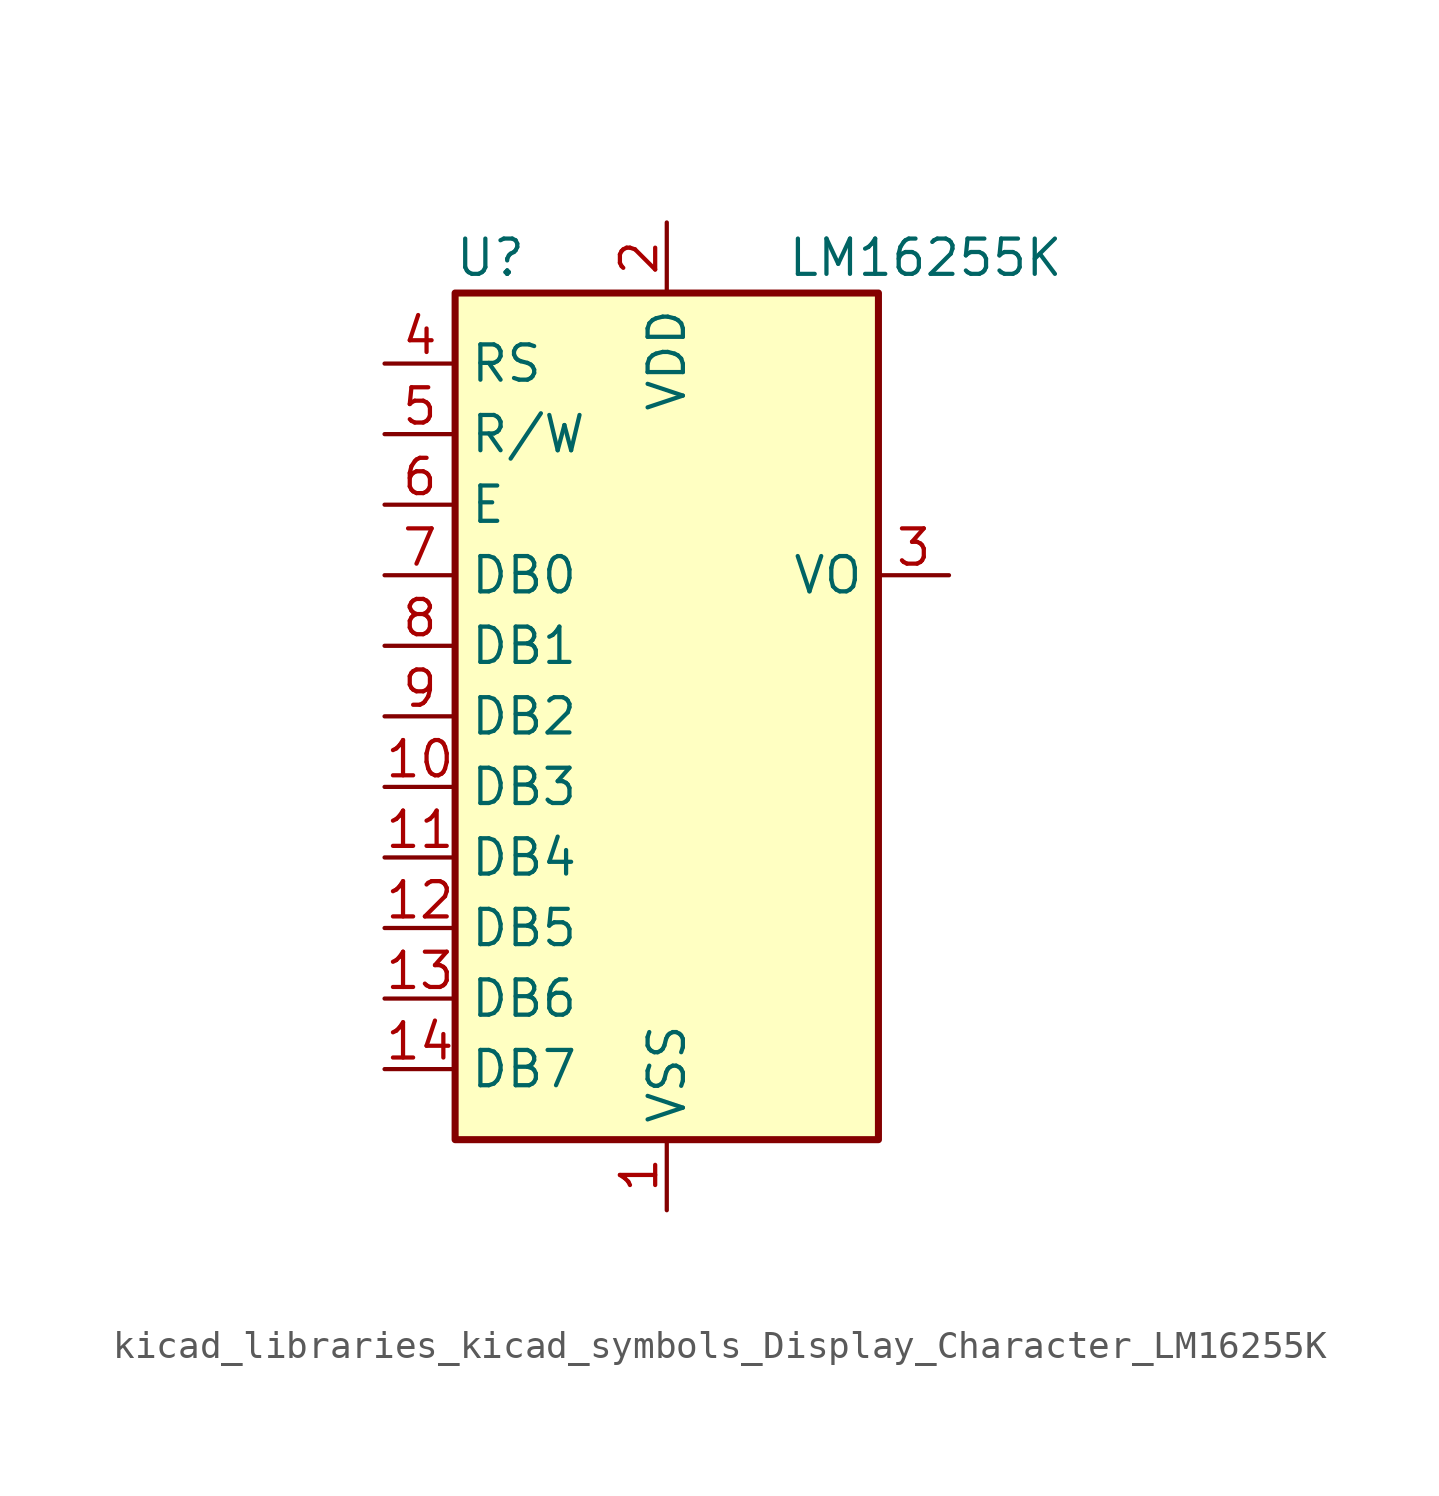
<source format=kicad_sym>
(kicad_symbol_lib
  (version 20220914)
  (generator kicad_symbol_editor)
  (symbol "kicad_libraries_kicad_symbols_Display_Character_LM16255K"
    (property "Reference" "U"
      (at -6.35 16.51 0)
      (effects (font (size 1.27 1.27))))
    (property "Value" "LM16255K"
      (at 4.318 16.51 0)
      (effects (font (size 1.27 1.27)) (justify left)))
    (symbol "kicad_libraries_kicad_symbols_Display_Character_LM16255K_0_1"
      (rectangle (start -7.62 15.24) (end 7.62 -15.24) (stroke (width 0.254) (type default)) (fill (type background))))
    (symbol "kicad_libraries_kicad_symbols_Display_Character_LM16255K_1_1"
      (pin power_in line (at 0 -17.78 90) (length 2.54) (name "VSS" (effects (font (size 1.27 1.27)))) (number "1" (effects (font (size 1.27 1.27)))))
      (pin bidirectional line (at -10.16 -2.54 0) (length 2.54) (name "DB3" (effects (font (size 1.27 1.27)))) (number "10" (effects (font (size 1.27 1.27)))))
      (pin bidirectional line (at -10.16 -5.08 0) (length 2.54) (name "DB4" (effects (font (size 1.27 1.27)))) (number "11" (effects (font (size 1.27 1.27)))))
      (pin bidirectional line (at -10.16 -7.62 0) (length 2.54) (name "DB5" (effects (font (size 1.27 1.27)))) (number "12" (effects (font (size 1.27 1.27)))))
      (pin bidirectional line (at -10.16 -10.16 0) (length 2.54) (name "DB6" (effects (font (size 1.27 1.27)))) (number "13" (effects (font (size 1.27 1.27)))))
      (pin bidirectional line (at -10.16 -12.7 0) (length 2.54) (name "DB7" (effects (font (size 1.27 1.27)))) (number "14" (effects (font (size 1.27 1.27)))))
      (pin power_in line (at 0 17.78 270) (length 2.54) (name "VDD" (effects (font (size 1.27 1.27)))) (number "2" (effects (font (size 1.27 1.27)))))
      (pin power_in line (at 10.16 5.08 180) (length 2.54) (name "VO" (effects (font (size 1.27 1.27)))) (number "3" (effects (font (size 1.27 1.27)))))
      (pin input line (at -10.16 12.7 0) (length 2.54) (name "RS" (effects (font (size 1.27 1.27)))) (number "4" (effects (font (size 1.27 1.27)))))
      (pin input line (at -10.16 10.16 0) (length 2.54) (name "R/W" (effects (font (size 1.27 1.27)))) (number "5" (effects (font (size 1.27 1.27)))))
      (pin input line (at -10.16 7.62 0) (length 2.54) (name "E" (effects (font (size 1.27 1.27)))) (number "6" (effects (font (size 1.27 1.27)))))
      (pin bidirectional line (at -10.16 5.08 0) (length 2.54) (name "DB0" (effects (font (size 1.27 1.27)))) (number "7" (effects (font (size 1.27 1.27)))))
      (pin bidirectional line (at -10.16 2.54 0) (length 2.54) (name "DB1" (effects (font (size 1.27 1.27)))) (number "8" (effects (font (size 1.27 1.27)))))
      (pin bidirectional line (at -10.16 0 0) (length 2.54) (name "DB2" (effects (font (size 1.27 1.27)))) (number "9" (effects (font (size 1.27 1.27))))))))
</source>
